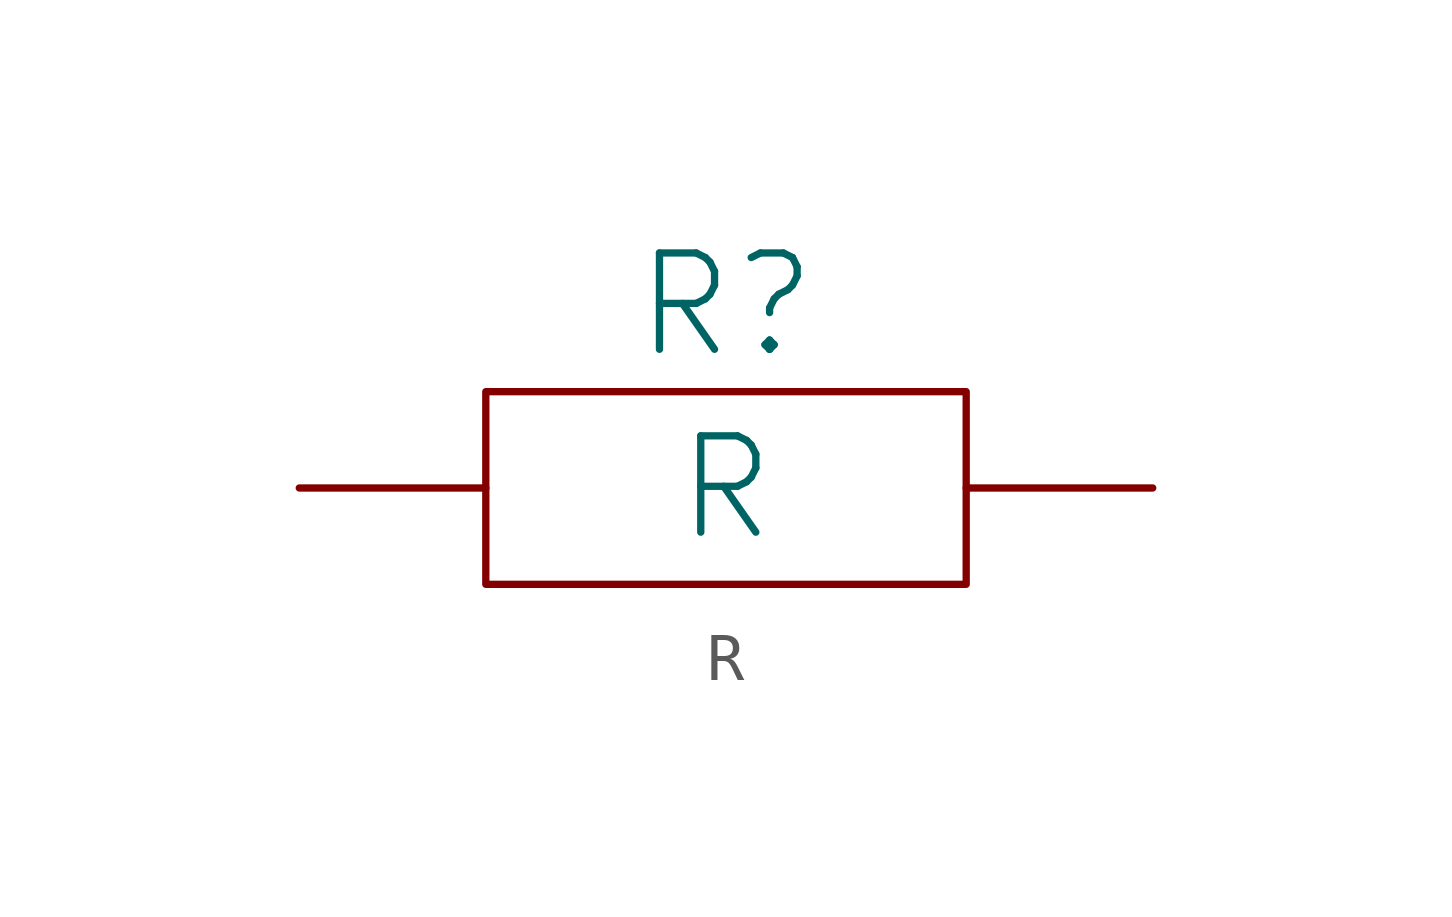
<source format=kicad_sym>
(kicad_symbol_lib
  (version 20231120)
  (generator "kicad_symbol_editor")
  (generator_version "8.0")
  (symbol "R"
    (pin_numbers hide)
    (pin_names
      (offset 0) hide)
    (property "Reference" "R"
      (at 0 3.81 0)
      (effects (font (size 2.007 2.007))))
    (property "Value" "R"
      (at 0 0 0)
      (effects (font (size 2.007 2.007))))
    (symbol "R_0_1"
      (rectangle (start -5.004 2.007) (end 5.004 -2.007) (stroke (width 0) (type solid)) (fill (type none))))
    (symbol "R_1_1"
      (pin passive line (at -8.89 0 0) (length 3.886) (name "~" (effects (font (size 2.007 2.007)))) (number "1" (effects (font (size 2.007 2.007)))))
      (pin passive line (at 8.89 0 180) (length 3.886) (name "~" (effects (font (size 2.007 2.007)))) (number "2" (effects (font (size 2.007 2.007))))))))
</source>
